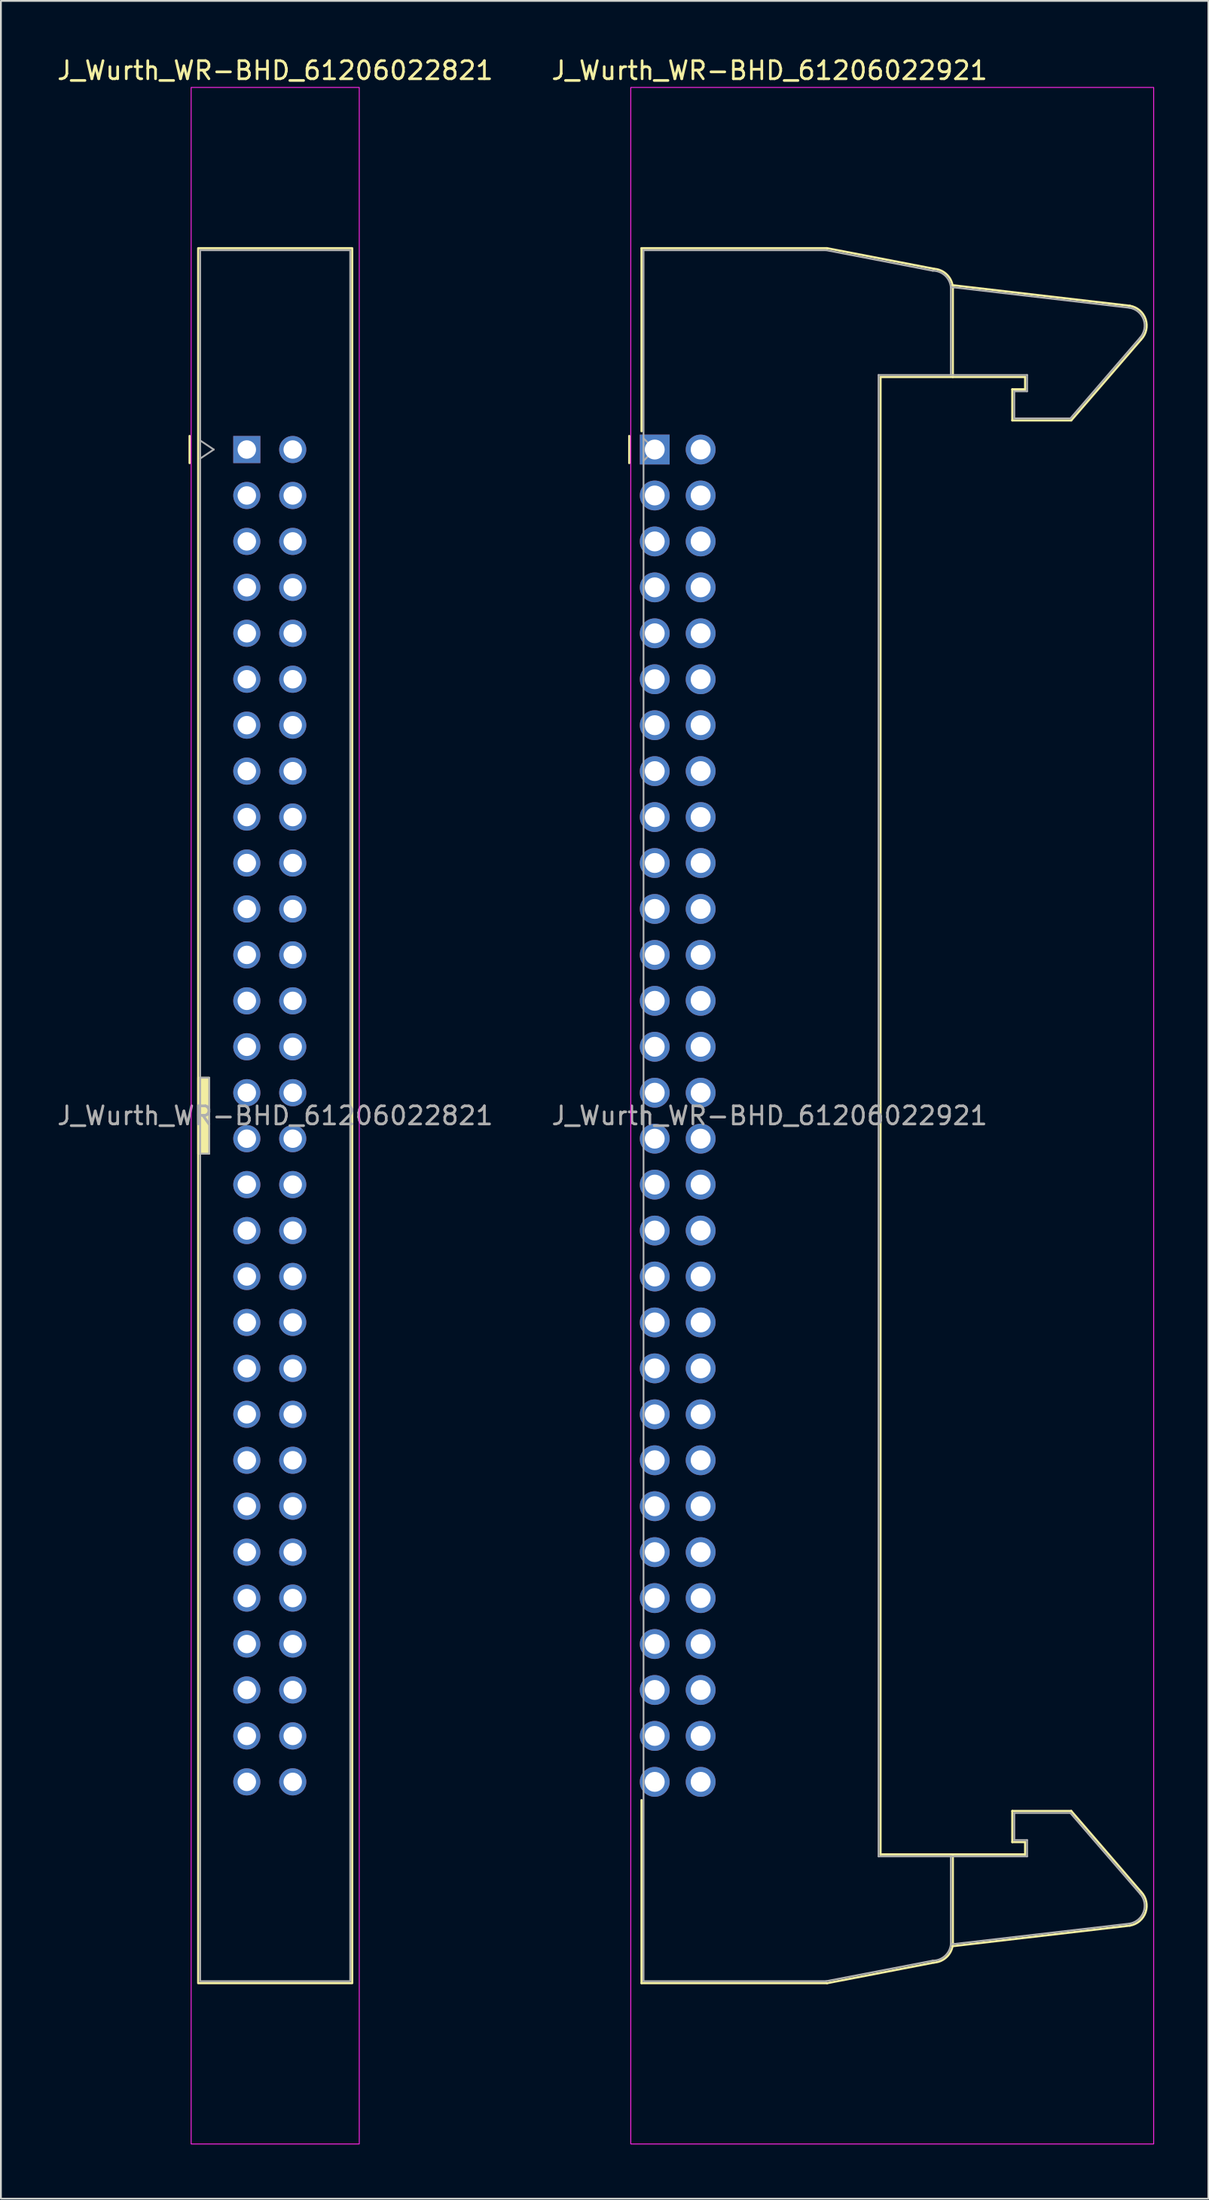
<source format=kicad_pcb>
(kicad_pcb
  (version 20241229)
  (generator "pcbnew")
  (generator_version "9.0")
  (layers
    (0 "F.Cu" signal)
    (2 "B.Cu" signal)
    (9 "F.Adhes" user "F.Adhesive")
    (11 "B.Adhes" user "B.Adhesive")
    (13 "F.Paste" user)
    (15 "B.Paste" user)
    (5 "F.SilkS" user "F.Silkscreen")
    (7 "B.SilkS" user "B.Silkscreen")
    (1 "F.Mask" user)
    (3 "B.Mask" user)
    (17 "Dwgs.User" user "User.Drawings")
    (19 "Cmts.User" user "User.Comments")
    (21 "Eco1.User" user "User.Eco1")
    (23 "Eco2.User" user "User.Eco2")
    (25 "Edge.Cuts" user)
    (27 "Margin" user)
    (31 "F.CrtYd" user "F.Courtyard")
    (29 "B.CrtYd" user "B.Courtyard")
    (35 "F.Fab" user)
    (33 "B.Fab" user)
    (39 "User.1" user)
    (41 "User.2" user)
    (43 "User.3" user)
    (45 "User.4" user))
  (footprint "J_Wurth_WR-BHD_61206022821"
    (layer "F.Cu")
    (at 10.603 21.803)
    (property "Reference" "J_Wurth_WR-BHD_61206022821" (at 1.57 -20.955 0) (unlocked yes) (layer "F.SilkS") (effects (font (size 1 1) (thickness 0.15))))
    (attr through_hole)
    (fp_line (start -3.165 -0.75) (end -3.165 0.75) (stroke (width 0.12) (type solid)) (layer "F.SilkS"))
    (fp_rect (start -2.69 -11.13) (end 5.83 84.79) (stroke (width 0.12) (type solid)) (fill no) (layer "F.SilkS"))
    (fp_rect (start -2.69 34.73) (end -2.08 38.93) (stroke (width 0.1) (type solid)) (fill yes) (layer "F.SilkS"))
    (fp_rect (start -3.08 -20.02) (end 6.22 93.68) (stroke (width 0.05) (type solid)) (fill no) (layer "F.CrtYd"))
    (fp_line (start -1.83 0) (end -2.58 -0.5) (stroke (width 0.1) (type solid)) (layer "F.Fab"))
    (fp_line (start -1.83 0) (end -2.58 0.5) (stroke (width 0.1) (type solid)) (layer "F.Fab"))
    (fp_rect (start -2.58 -11.02) (end 5.72 84.68) (stroke (width 0.1) (type solid)) (fill no) (layer "F.Fab"))
    (fp_rect (start -2.58 34.73) (end -2.08 38.93) (stroke (width 0.1) (type solid)) (fill no) (layer "F.Fab"))
    (fp_text user "${REFERENCE}" (at 1.57 36.83 0) (unlocked yes) (layer "F.Fab") (effects (font (size 1 1) (thickness 0.15))))
    (pad "1" thru_hole rect (at 0 0 270) (size 1.5 1.5) (drill 1.02) (layers "*.Cu" "*.Mask"))
    (pad "2" thru_hole circle (at 2.54 0 270) (size 1.5 1.5) (drill 1.02) (layers "*.Cu" "*.Mask"))
    (pad "3" thru_hole circle (at 0 2.54 270) (size 1.5 1.5) (drill 1.02) (layers "*.Cu" "*.Mask"))
    (pad "4" thru_hole circle (at 2.54 2.54 270) (size 1.5 1.5) (drill 1.02) (layers "*.Cu" "*.Mask"))
    (pad "5" thru_hole circle (at 0 5.08 270) (size 1.5 1.5) (drill 1.02) (layers "*.Cu" "*.Mask"))
    (pad "6" thru_hole circle (at 2.54 5.08 270) (size 1.5 1.5) (drill 1.02) (layers "*.Cu" "*.Mask"))
    (pad "7" thru_hole circle (at 0 7.62 270) (size 1.5 1.5) (drill 1.02) (layers "*.Cu" "*.Mask"))
    (pad "8" thru_hole circle (at 2.54 7.62 270) (size 1.5 1.5) (drill 1.02) (layers "*.Cu" "*.Mask"))
    (pad "9" thru_hole circle (at 0 10.16 270) (size 1.5 1.5) (drill 1.02) (layers "*.Cu" "*.Mask"))
    (pad "10" thru_hole circle (at 2.54 10.16 270) (size 1.5 1.5) (drill 1.02) (layers "*.Cu" "*.Mask"))
    (pad "11" thru_hole circle (at 0 12.7 270) (size 1.5 1.5) (drill 1.02) (layers "*.Cu" "*.Mask"))
    (pad "12" thru_hole circle (at 2.54 12.7 270) (size 1.5 1.5) (drill 1.02) (layers "*.Cu" "*.Mask"))
    (pad "13" thru_hole circle (at 0 15.24 270) (size 1.5 1.5) (drill 1.02) (layers "*.Cu" "*.Mask"))
    (pad "14" thru_hole circle (at 2.54 15.24 270) (size 1.5 1.5) (drill 1.02) (layers "*.Cu" "*.Mask"))
    (pad "15" thru_hole circle (at 0 17.78 270) (size 1.5 1.5) (drill 1.02) (layers "*.Cu" "*.Mask"))
    (pad "16" thru_hole circle (at 2.54 17.78 270) (size 1.5 1.5) (drill 1.02) (layers "*.Cu" "*.Mask"))
    (pad "17" thru_hole circle (at 0 20.32 270) (size 1.5 1.5) (drill 1.02) (layers "*.Cu" "*.Mask"))
    (pad "18" thru_hole circle (at 2.54 20.32 270) (size 1.5 1.5) (drill 1.02) (layers "*.Cu" "*.Mask"))
    (pad "19" thru_hole circle (at 0 22.86 270) (size 1.5 1.5) (drill 1.02) (layers "*.Cu" "*.Mask"))
    (pad "20" thru_hole circle (at 2.54 22.86 270) (size 1.5 1.5) (drill 1.02) (layers "*.Cu" "*.Mask"))
    (pad "21" thru_hole circle (at 0 25.4 270) (size 1.5 1.5) (drill 1.02) (layers "*.Cu" "*.Mask"))
    (pad "22" thru_hole circle (at 2.54 25.4 270) (size 1.5 1.5) (drill 1.02) (layers "*.Cu" "*.Mask"))
    (pad "23" thru_hole circle (at 0 27.94 270) (size 1.5 1.5) (drill 1.02) (layers "*.Cu" "*.Mask"))
    (pad "24" thru_hole circle (at 2.54 27.94 270) (size 1.5 1.5) (drill 1.02) (layers "*.Cu" "*.Mask"))
    (pad "25" thru_hole circle (at 0 30.48 270) (size 1.5 1.5) (drill 1.02) (layers "*.Cu" "*.Mask"))
    (pad "26" thru_hole circle (at 2.54 30.48 270) (size 1.5 1.5) (drill 1.02) (layers "*.Cu" "*.Mask"))
    (pad "27" thru_hole circle (at 0 33.02 270) (size 1.5 1.5) (drill 1.02) (layers "*.Cu" "*.Mask"))
    (pad "28" thru_hole circle (at 2.54 33.02 270) (size 1.5 1.5) (drill 1.02) (layers "*.Cu" "*.Mask"))
    (pad "29" thru_hole circle (at 0 35.56 270) (size 1.5 1.5) (drill 1.02) (layers "*.Cu" "*.Mask"))
    (pad "30" thru_hole circle (at 2.54 35.56 270) (size 1.5 1.5) (drill 1.02) (layers "*.Cu" "*.Mask"))
    (pad "31" thru_hole circle (at 0 38.1 270) (size 1.5 1.5) (drill 1.02) (layers "*.Cu" "*.Mask"))
    (pad "32" thru_hole circle (at 2.54 38.1 270) (size 1.5 1.5) (drill 1.02) (layers "*.Cu" "*.Mask"))
    (pad "33" thru_hole circle (at 0 40.64 270) (size 1.5 1.5) (drill 1.02) (layers "*.Cu" "*.Mask"))
    (pad "34" thru_hole circle (at 2.54 40.64 270) (size 1.5 1.5) (drill 1.02) (layers "*.Cu" "*.Mask"))
    (pad "35" thru_hole circle (at 0 43.18 270) (size 1.5 1.5) (drill 1.02) (layers "*.Cu" "*.Mask"))
    (pad "36" thru_hole circle (at 2.54 43.18 270) (size 1.5 1.5) (drill 1.02) (layers "*.Cu" "*.Mask"))
    (pad "37" thru_hole circle (at 0 45.72 270) (size 1.5 1.5) (drill 1.02) (layers "*.Cu" "*.Mask"))
    (pad "38" thru_hole circle (at 2.54 45.72 270) (size 1.5 1.5) (drill 1.02) (layers "*.Cu" "*.Mask"))
    (pad "39" thru_hole circle (at 0 48.26 270) (size 1.5 1.5) (drill 1.02) (layers "*.Cu" "*.Mask"))
    (pad "40" thru_hole circle (at 2.54 48.26 270) (size 1.5 1.5) (drill 1.02) (layers "*.Cu" "*.Mask"))
    (pad "41" thru_hole circle (at 0 50.8 270) (size 1.5 1.5) (drill 1.02) (layers "*.Cu" "*.Mask"))
    (pad "42" thru_hole circle (at 2.54 50.8 270) (size 1.5 1.5) (drill 1.02) (layers "*.Cu" "*.Mask"))
    (pad "43" thru_hole circle (at 0 53.34 270) (size 1.5 1.5) (drill 1.02) (layers "*.Cu" "*.Mask"))
    (pad "44" thru_hole circle (at 2.54 53.34 270) (size 1.5 1.5) (drill 1.02) (layers "*.Cu" "*.Mask"))
    (pad "45" thru_hole circle (at 0 55.88 270) (size 1.5 1.5) (drill 1.02) (layers "*.Cu" "*.Mask"))
    (pad "46" thru_hole circle (at 2.54 55.88 270) (size 1.5 1.5) (drill 1.02) (layers "*.Cu" "*.Mask"))
    (pad "47" thru_hole circle (at 0 58.42 270) (size 1.5 1.5) (drill 1.02) (layers "*.Cu" "*.Mask"))
    (pad "48" thru_hole circle (at 2.54 58.42 270) (size 1.5 1.5) (drill 1.02) (layers "*.Cu" "*.Mask"))
    (pad "49" thru_hole circle (at 0 60.96 270) (size 1.5 1.5) (drill 1.02) (layers "*.Cu" "*.Mask"))
    (pad "50" thru_hole circle (at 2.54 60.96 270) (size 1.5 1.5) (drill 1.02) (layers "*.Cu" "*.Mask"))
    (pad "51" thru_hole circle (at 0 63.5 270) (size 1.5 1.5) (drill 1.02) (layers "*.Cu" "*.Mask"))
    (pad "52" thru_hole circle (at 2.54 63.5 270) (size 1.5 1.5) (drill 1.02) (layers "*.Cu" "*.Mask"))
    (pad "53" thru_hole circle (at 0 66.04 270) (size 1.5 1.5) (drill 1.02) (layers "*.Cu" "*.Mask"))
    (pad "54" thru_hole circle (at 2.54 66.04 270) (size 1.5 1.5) (drill 1.02) (layers "*.Cu" "*.Mask"))
    (pad "55" thru_hole circle (at 0 68.58 270) (size 1.5 1.5) (drill 1.02) (layers "*.Cu" "*.Mask"))
    (pad "56" thru_hole circle (at 2.54 68.58 270) (size 1.5 1.5) (drill 1.02) (layers "*.Cu" "*.Mask"))
    (pad "57" thru_hole circle (at 0 71.12 270) (size 1.5 1.5) (drill 1.02) (layers "*.Cu" "*.Mask"))
    (pad "58" thru_hole circle (at 2.54 71.12 270) (size 1.5 1.5) (drill 1.02) (layers "*.Cu" "*.Mask"))
    (pad "59" thru_hole circle (at 0 73.66 270) (size 1.5 1.5) (drill 1.02) (layers "*.Cu" "*.Mask"))
    (pad "60" thru_hole circle (at 2.54 73.66 270) (size 1.5 1.5) (drill 1.02) (layers "*.Cu" "*.Mask")))
  (footprint "J_Wurth_WR-BHD_61206022921"
    (layer "F.Cu")
    (at 33.168 21.803)
    (property "Reference" "J_Wurth_WR-BHD_61206022921" (at 6.35 -20.955 0) (unlocked yes) (layer "F.SilkS") (effects (font (size 1 1) (thickness 0.15))))
    (attr through_hole)
    (fp_line (start -1.41 -0.75) (end -1.41 0.75) (stroke (width 0.12) (type solid)) (layer "F.SilkS"))
    (fp_line (start -0.73 -11.13) (end -0.73 -1.01) (stroke (width 0.12) (type solid)) (layer "F.SilkS"))
    (fp_line (start -0.73 -11.13) (end 9.534 -11.13) (stroke (width 0.12) (type solid)) (layer "F.SilkS"))
    (fp_line (start -0.73 84.79) (end -0.73 74.67) (stroke (width 0.12) (type solid)) (layer "F.SilkS"))
    (fp_line (start -0.73 84.79) (end 9.534 84.79) (stroke (width 0.12) (type solid)) (layer "F.SilkS"))
    (fp_line (start 9.534 -11.13) (end 15.443 -9.992) (stroke (width 0.12) (type solid)) (layer "F.SilkS"))
    (fp_line (start 9.534 84.79) (end 15.443 83.652) (stroke (width 0.12) (type solid)) (layer "F.SilkS"))
    (fp_line (start 12.49 77.67) (end 12.49 -4.01) (stroke (width 0.12) (type solid)) (layer "F.SilkS"))
    (fp_line (start 16.49 -8.975) (end 16.49 -4.01) (stroke (width 0.12) (type solid)) (layer "F.SilkS"))
    (fp_line (start 16.49 82.635) (end 16.49 77.67) (stroke (width 0.12) (type solid)) (layer "F.SilkS"))
    (fp_line (start 19.78 -3.33) (end 19.78 -1.61) (stroke (width 0.12) (type solid)) (layer "F.SilkS"))
    (fp_line (start 19.78 -1.61) (end 23.04 -1.61) (stroke (width 0.12) (type solid)) (layer "F.SilkS"))
    (fp_line (start 19.78 75.27) (end 23.04 75.27) (stroke (width 0.12) (type solid)) (layer "F.SilkS"))
    (fp_line (start 19.78 76.99) (end 19.78 75.27) (stroke (width 0.12) (type solid)) (layer "F.SilkS"))
    (fp_line (start 20.49 -4.01) (end 12.49 -4.01) (stroke (width 0.12) (type solid)) (layer "F.SilkS"))
    (fp_line (start 20.49 -3.33) (end 19.78 -3.33) (stroke (width 0.12) (type solid)) (layer "F.SilkS"))
    (fp_line (start 20.49 -3.33) (end 20.49 -4.01) (stroke (width 0.12) (type solid)) (layer "F.SilkS"))
    (fp_line (start 20.49 76.99) (end 19.78 76.99) (stroke (width 0.12) (type solid)) (layer "F.SilkS"))
    (fp_line (start 20.49 76.99) (end 20.49 77.67) (stroke (width 0.12) (type solid)) (layer "F.SilkS"))
    (fp_line (start 20.49 77.67) (end 12.49 77.67) (stroke (width 0.12) (type solid)) (layer "F.SilkS"))
    (fp_line (start 23.04 -1.61) (end 26.903 -6.082) (stroke (width 0.12) (type solid)) (layer "F.SilkS"))
    (fp_line (start 23.04 75.27) (end 26.903 79.742) (stroke (width 0.12) (type solid)) (layer "F.SilkS"))
    (fp_line (start 26.279 -7.947) (end 16.472 -9.085) (stroke (width 0.12) (type solid)) (layer "F.SilkS"))
    (fp_line (start 26.279 81.607) (end 16.472 82.745) (stroke (width 0.12) (type solid)) (layer "F.SilkS"))
    (fp_arc (start 15.442979 -9.98974) (mid 16.176162 -9.655638) (end 16.491006 -8.913981) (stroke (width 0.12) (type solid)) (layer "F.SilkS"))
    (fp_arc (start 16.491006 82.573981) (mid 16.176162 83.315638) (end 15.442979 83.64974) (stroke (width 0.12) (type solid)) (layer "F.SilkS"))
    (fp_arc (start 26.278536 -7.946703) (mid 27.153628 -7.202846) (end 26.903 -6.082) (stroke (width 0.12) (type solid)) (layer "F.SilkS"))
    (fp_arc (start 26.903 79.742) (mid 27.153628 80.862846) (end 26.278536 81.606703) (stroke (width 0.12) (type solid)) (layer "F.SilkS"))
    (fp_rect (start -1.325 -20.02) (end 27.6 93.68) (stroke (width 0.05) (type solid)) (fill no) (layer "F.CrtYd"))
    (fp_line (start -0.62 -11.02) (end 9.484 -11.02) (stroke (width 0.1) (type solid)) (layer "F.Fab"))
    (fp_line (start -0.62 84.68) (end -0.62 -11.02) (stroke (width 0.1) (type solid)) (layer "F.Fab"))
    (fp_line (start -0.62 84.68) (end 9.484 84.68) (stroke (width 0.1) (type solid)) (layer "F.Fab"))
    (fp_line (start 0 0) (end -0.62 -0.62) (stroke (width 0.1) (type solid)) (layer "F.Fab"))
    (fp_line (start 0 0) (end -0.62 0.62) (stroke (width 0.1) (type solid)) (layer "F.Fab"))
    (fp_line (start 9.484 -11.02) (end 15.381 -9.884) (stroke (width 0.1) (type solid)) (layer "F.Fab"))
    (fp_line (start 9.484 84.68) (end 15.381 83.544) (stroke (width 0.1) (type solid)) (layer "F.Fab"))
    (fp_line (start 12.38 77.78) (end 12.38 -4.12) (stroke (width 0.1) (type solid)) (layer "F.Fab"))
    (fp_line (start 16.38 -8.975) (end 16.38 -4.12) (stroke (width 0.1) (type solid)) (layer "F.Fab"))
    (fp_line (start 16.38 82.635) (end 16.38 77.78) (stroke (width 0.1) (type solid)) (layer "F.Fab"))
    (fp_line (start 19.89 -3.22) (end 19.89 -1.72) (stroke (width 0.1) (type solid)) (layer "F.Fab"))
    (fp_line (start 19.89 -1.72) (end 22.99 -1.72) (stroke (width 0.1) (type solid)) (layer "F.Fab"))
    (fp_line (start 19.89 75.38) (end 22.99 75.38) (stroke (width 0.1) (type solid)) (layer "F.Fab"))
    (fp_line (start 19.89 76.88) (end 19.89 75.38) (stroke (width 0.1) (type solid)) (layer "F.Fab"))
    (fp_line (start 20.6 -4.12) (end 12.38 -4.12) (stroke (width 0.1) (type solid)) (layer "F.Fab"))
    (fp_line (start 20.6 -3.22) (end 19.89 -3.22) (stroke (width 0.1) (type solid)) (layer "F.Fab"))
    (fp_line (start 20.6 -3.22) (end 20.6 -4.12) (stroke (width 0.1) (type solid)) (layer "F.Fab"))
    (fp_line (start 20.6 76.88) (end 19.89 76.88) (stroke (width 0.1) (type solid)) (layer "F.Fab"))
    (fp_line (start 20.6 76.88) (end 20.6 77.78) (stroke (width 0.1) (type solid)) (layer "F.Fab"))
    (fp_line (start 20.6 77.78) (end 12.38 77.78) (stroke (width 0.1) (type solid)) (layer "F.Fab"))
    (fp_line (start 22.99 -1.72) (end 26.853 -6.192) (stroke (width 0.1) (type solid)) (layer "F.Fab"))
    (fp_line (start 22.99 75.38) (end 26.853 79.852) (stroke (width 0.1) (type solid)) (layer "F.Fab"))
    (fp_line (start 26.252 -7.838) (end 16.38 -8.984) (stroke (width 0.1) (type solid)) (layer "F.Fab"))
    (fp_line (start 26.252 81.498) (end 16.38 82.644) (stroke (width 0.1) (type solid)) (layer "F.Fab"))
    (fp_arc (start 15.380999 -9.884) (mid 16.05791 -9.620576) (end 16.38 -8.969532) (stroke (width 0.1) (type solid)) (layer "F.Fab"))
    (fp_arc (start 16.38 82.629532) (mid 16.05791 83.280576) (end 15.380999 83.544) (stroke (width 0.1) (type solid)) (layer "F.Fab"))
    (fp_arc (start 26.260676 -7.836993) (mid 27.040851 -7.188778) (end 26.852999 -6.192) (stroke (width 0.1) (type solid)) (layer "F.Fab"))
    (fp_arc (start 26.852999 79.852) (mid 27.040851 80.848778) (end 26.260676 81.496993) (stroke (width 0.1) (type solid)) (layer "F.Fab"))
    (fp_text user "${REFERENCE}" (at 6.35 36.83 0) (unlocked yes) (layer "F.Fab") (effects (font (size 1 1) (thickness 0.15))))
    (pad "1" thru_hole rect (at 0 0 90) (size 1.65 1.65) (drill 1.1) (layers "*.Cu" "*.Mask"))
    (pad "2" thru_hole circle (at 2.54 0 90) (size 1.65 1.65) (drill 1.1) (layers "*.Cu" "*.Mask"))
    (pad "3" thru_hole circle (at 0 2.54 90) (size 1.65 1.65) (drill 1.1) (layers "*.Cu" "*.Mask"))
    (pad "4" thru_hole circle (at 2.54 2.54 90) (size 1.65 1.65) (drill 1.1) (layers "*.Cu" "*.Mask"))
    (pad "5" thru_hole circle (at 0 5.08 90) (size 1.65 1.65) (drill 1.1) (layers "*.Cu" "*.Mask"))
    (pad "6" thru_hole circle (at 2.54 5.08 90) (size 1.65 1.65) (drill 1.1) (layers "*.Cu" "*.Mask"))
    (pad "7" thru_hole circle (at 0 7.62 90) (size 1.65 1.65) (drill 1.1) (layers "*.Cu" "*.Mask"))
    (pad "8" thru_hole circle (at 2.54 7.62 90) (size 1.65 1.65) (drill 1.1) (layers "*.Cu" "*.Mask"))
    (pad "9" thru_hole circle (at 0 10.16 90) (size 1.65 1.65) (drill 1.1) (layers "*.Cu" "*.Mask"))
    (pad "10" thru_hole circle (at 2.54 10.16 90) (size 1.65 1.65) (drill 1.1) (layers "*.Cu" "*.Mask"))
    (pad "11" thru_hole circle (at 0 12.7 90) (size 1.65 1.65) (drill 1.1) (layers "*.Cu" "*.Mask"))
    (pad "12" thru_hole circle (at 2.54 12.7 90) (size 1.65 1.65) (drill 1.1) (layers "*.Cu" "*.Mask"))
    (pad "13" thru_hole circle (at 0 15.24 90) (size 1.65 1.65) (drill 1.1) (layers "*.Cu" "*.Mask"))
    (pad "14" thru_hole circle (at 2.54 15.24 90) (size 1.65 1.65) (drill 1.1) (layers "*.Cu" "*.Mask"))
    (pad "15" thru_hole circle (at 0 17.78 90) (size 1.65 1.65) (drill 1.1) (layers "*.Cu" "*.Mask"))
    (pad "16" thru_hole circle (at 2.54 17.78 90) (size 1.65 1.65) (drill 1.1) (layers "*.Cu" "*.Mask"))
    (pad "17" thru_hole circle (at 0 20.32 90) (size 1.65 1.65) (drill 1.1) (layers "*.Cu" "*.Mask"))
    (pad "18" thru_hole circle (at 2.54 20.32 90) (size 1.65 1.65) (drill 1.1) (layers "*.Cu" "*.Mask"))
    (pad "19" thru_hole circle (at 0 22.86 90) (size 1.65 1.65) (drill 1.1) (layers "*.Cu" "*.Mask"))
    (pad "20" thru_hole circle (at 2.54 22.86 90) (size 1.65 1.65) (drill 1.1) (layers "*.Cu" "*.Mask"))
    (pad "21" thru_hole circle (at 0 25.4 90) (size 1.65 1.65) (drill 1.1) (layers "*.Cu" "*.Mask"))
    (pad "22" thru_hole circle (at 2.54 25.4 90) (size 1.65 1.65) (drill 1.1) (layers "*.Cu" "*.Mask"))
    (pad "23" thru_hole circle (at 0 27.94 90) (size 1.65 1.65) (drill 1.1) (layers "*.Cu" "*.Mask"))
    (pad "24" thru_hole circle (at 2.54 27.94 90) (size 1.65 1.65) (drill 1.1) (layers "*.Cu" "*.Mask"))
    (pad "25" thru_hole circle (at 0 30.48 90) (size 1.65 1.65) (drill 1.1) (layers "*.Cu" "*.Mask"))
    (pad "26" thru_hole circle (at 2.54 30.48 90) (size 1.65 1.65) (drill 1.1) (layers "*.Cu" "*.Mask"))
    (pad "27" thru_hole circle (at 0 33.02 90) (size 1.65 1.65) (drill 1.1) (layers "*.Cu" "*.Mask"))
    (pad "28" thru_hole circle (at 2.54 33.02 90) (size 1.65 1.65) (drill 1.1) (layers "*.Cu" "*.Mask"))
    (pad "29" thru_hole circle (at 0 35.56 90) (size 1.65 1.65) (drill 1.1) (layers "*.Cu" "*.Mask"))
    (pad "30" thru_hole circle (at 2.54 35.56 90) (size 1.65 1.65) (drill 1.1) (layers "*.Cu" "*.Mask"))
    (pad "31" thru_hole circle (at 0 38.1 90) (size 1.65 1.65) (drill 1.1) (layers "*.Cu" "*.Mask"))
    (pad "32" thru_hole circle (at 2.54 38.1 90) (size 1.65 1.65) (drill 1.1) (layers "*.Cu" "*.Mask"))
    (pad "33" thru_hole circle (at 0 40.64 90) (size 1.65 1.65) (drill 1.1) (layers "*.Cu" "*.Mask"))
    (pad "34" thru_hole circle (at 2.54 40.64 90) (size 1.65 1.65) (drill 1.1) (layers "*.Cu" "*.Mask"))
    (pad "35" thru_hole circle (at 0 43.18 90) (size 1.65 1.65) (drill 1.1) (layers "*.Cu" "*.Mask"))
    (pad "36" thru_hole circle (at 2.54 43.18 90) (size 1.65 1.65) (drill 1.1) (layers "*.Cu" "*.Mask"))
    (pad "37" thru_hole circle (at 0 45.72 90) (size 1.65 1.65) (drill 1.1) (layers "*.Cu" "*.Mask"))
    (pad "38" thru_hole circle (at 2.54 45.72 90) (size 1.65 1.65) (drill 1.1) (layers "*.Cu" "*.Mask"))
    (pad "39" thru_hole circle (at 0 48.26 90) (size 1.65 1.65) (drill 1.1) (layers "*.Cu" "*.Mask"))
    (pad "40" thru_hole circle (at 2.54 48.26 90) (size 1.65 1.65) (drill 1.1) (layers "*.Cu" "*.Mask"))
    (pad "41" thru_hole circle (at 0 50.8 90) (size 1.65 1.65) (drill 1.1) (layers "*.Cu" "*.Mask"))
    (pad "42" thru_hole circle (at 2.54 50.8 90) (size 1.65 1.65) (drill 1.1) (layers "*.Cu" "*.Mask"))
    (pad "43" thru_hole circle (at 0 53.34 90) (size 1.65 1.65) (drill 1.1) (layers "*.Cu" "*.Mask"))
    (pad "44" thru_hole circle (at 2.54 53.34 90) (size 1.65 1.65) (drill 1.1) (layers "*.Cu" "*.Mask"))
    (pad "45" thru_hole circle (at 0 55.88 90) (size 1.65 1.65) (drill 1.1) (layers "*.Cu" "*.Mask"))
    (pad "46" thru_hole circle (at 2.54 55.88 90) (size 1.65 1.65) (drill 1.1) (layers "*.Cu" "*.Mask"))
    (pad "47" thru_hole circle (at 0 58.42 90) (size 1.65 1.65) (drill 1.1) (layers "*.Cu" "*.Mask"))
    (pad "48" thru_hole circle (at 2.54 58.42 90) (size 1.65 1.65) (drill 1.1) (layers "*.Cu" "*.Mask"))
    (pad "49" thru_hole circle (at 0 60.96 90) (size 1.65 1.65) (drill 1.1) (layers "*.Cu" "*.Mask"))
    (pad "50" thru_hole circle (at 2.54 60.96 90) (size 1.65 1.65) (drill 1.1) (layers "*.Cu" "*.Mask"))
    (pad "51" thru_hole circle (at 0 63.5 90) (size 1.65 1.65) (drill 1.1) (layers "*.Cu" "*.Mask"))
    (pad "52" thru_hole circle (at 2.54 63.5 90) (size 1.65 1.65) (drill 1.1) (layers "*.Cu" "*.Mask"))
    (pad "53" thru_hole circle (at 0 66.04 90) (size 1.65 1.65) (drill 1.1) (layers "*.Cu" "*.Mask"))
    (pad "54" thru_hole circle (at 2.54 66.04 90) (size 1.65 1.65) (drill 1.1) (layers "*.Cu" "*.Mask"))
    (pad "55" thru_hole circle (at 0 68.58 90) (size 1.65 1.65) (drill 1.1) (layers "*.Cu" "*.Mask"))
    (pad "56" thru_hole circle (at 2.54 68.58 90) (size 1.65 1.65) (drill 1.1) (layers "*.Cu" "*.Mask"))
    (pad "57" thru_hole circle (at 0 71.12 90) (size 1.65 1.65) (drill 1.1) (layers "*.Cu" "*.Mask"))
    (pad "58" thru_hole circle (at 2.54 71.12 90) (size 1.65 1.65) (drill 1.1) (layers "*.Cu" "*.Mask"))
    (pad "59" thru_hole circle (at 0 73.66 90) (size 1.65 1.65) (drill 1.1) (layers "*.Cu" "*.Mask"))
    (pad "60" thru_hole circle (at 2.54 73.66 90) (size 1.65 1.65) (drill 1.1) (layers "*.Cu" "*.Mask")))
  (gr_rect
    (start -3 -3)
    (end 63.793 118.508)
    (stroke (width 0.1) (type default))
    (fill no)
    (layer "Edge.Cuts")))
</source>
